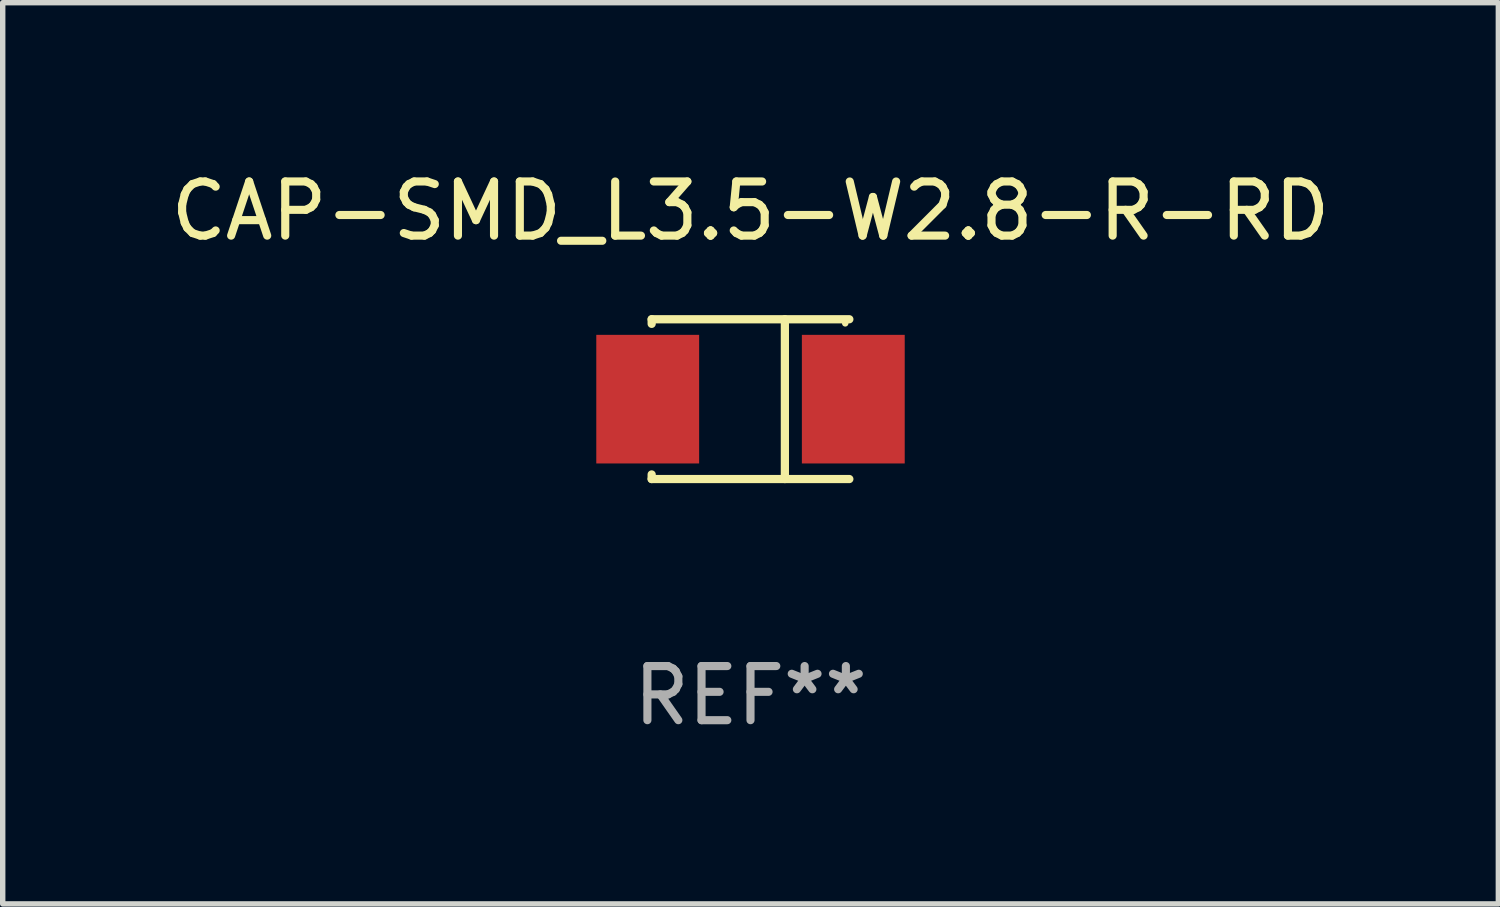
<source format=kicad_pcb>
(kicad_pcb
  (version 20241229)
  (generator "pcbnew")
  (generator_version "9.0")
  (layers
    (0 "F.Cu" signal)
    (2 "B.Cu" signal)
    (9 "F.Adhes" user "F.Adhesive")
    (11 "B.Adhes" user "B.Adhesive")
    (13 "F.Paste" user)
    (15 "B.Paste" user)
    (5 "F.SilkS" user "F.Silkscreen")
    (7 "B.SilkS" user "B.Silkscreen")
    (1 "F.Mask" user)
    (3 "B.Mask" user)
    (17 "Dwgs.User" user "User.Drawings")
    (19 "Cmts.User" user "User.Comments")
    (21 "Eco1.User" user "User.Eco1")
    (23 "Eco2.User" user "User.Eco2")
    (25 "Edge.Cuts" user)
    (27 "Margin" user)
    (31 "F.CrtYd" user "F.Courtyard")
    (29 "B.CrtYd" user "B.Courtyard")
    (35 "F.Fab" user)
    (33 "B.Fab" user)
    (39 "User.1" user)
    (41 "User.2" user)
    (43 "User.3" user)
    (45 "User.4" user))
  (footprint "CAP-SMD_L3.5-W2.8-R-RD"
    (layer "F.Cu")
    (at 10.815 4.324)
    (property "Reference" "CAP-SMD_L3.5-W2.8-R-RD" (at 0 -3.476 0) (layer "F.SilkS") (effects (font (size 1 1) (thickness 0.15))))
    (attr smd)
    (fp_line (start -1.826 -1.476) (end -1.826 -1.391) (stroke (width 0.152) (type solid)) (layer "F.SilkS"))
    (fp_line (start -1.826 -1.476) (end 1.826 -1.476) (stroke (width 0.152) (type solid)) (layer "F.SilkS"))
    (fp_line (start -1.826 1.476) (end -1.826 1.391) (stroke (width 0.152) (type solid)) (layer "F.SilkS"))
    (fp_line (start -1.826 1.476) (end 1.826 1.476) (stroke (width 0.152) (type solid)) (layer "F.SilkS"))
    (fp_line (start 0.635 -1.476) (end 0.635 1.476) (stroke (width 0.152) (type solid)) (layer "F.SilkS"))
    (fp_circle (center 1.75 -1.4) (end 1.78 -1.4) (stroke (width 0.06) (type solid)) (fill no) (layer "F.SilkS"))
    (fp_text user "REF**" (at 0 5.476 0) (layer "F.Fab") (effects (font (size 1 1) (thickness 0.15))))
    (pad "1" smd rect (at 1.899 0) (size 1.9 2.376) (layers "F.Cu" "F.Mask" "F.Paste"))
    (pad "2" smd rect (at -1.899 0) (size 1.9 2.376) (layers "F.Cu" "F.Mask" "F.Paste")))
  (gr_rect
    (start -3 -3)
    (end 24.631 13.649)
    (stroke (width 0.1) (type default))
    (fill no)
    (layer "Edge.Cuts")))
</source>
